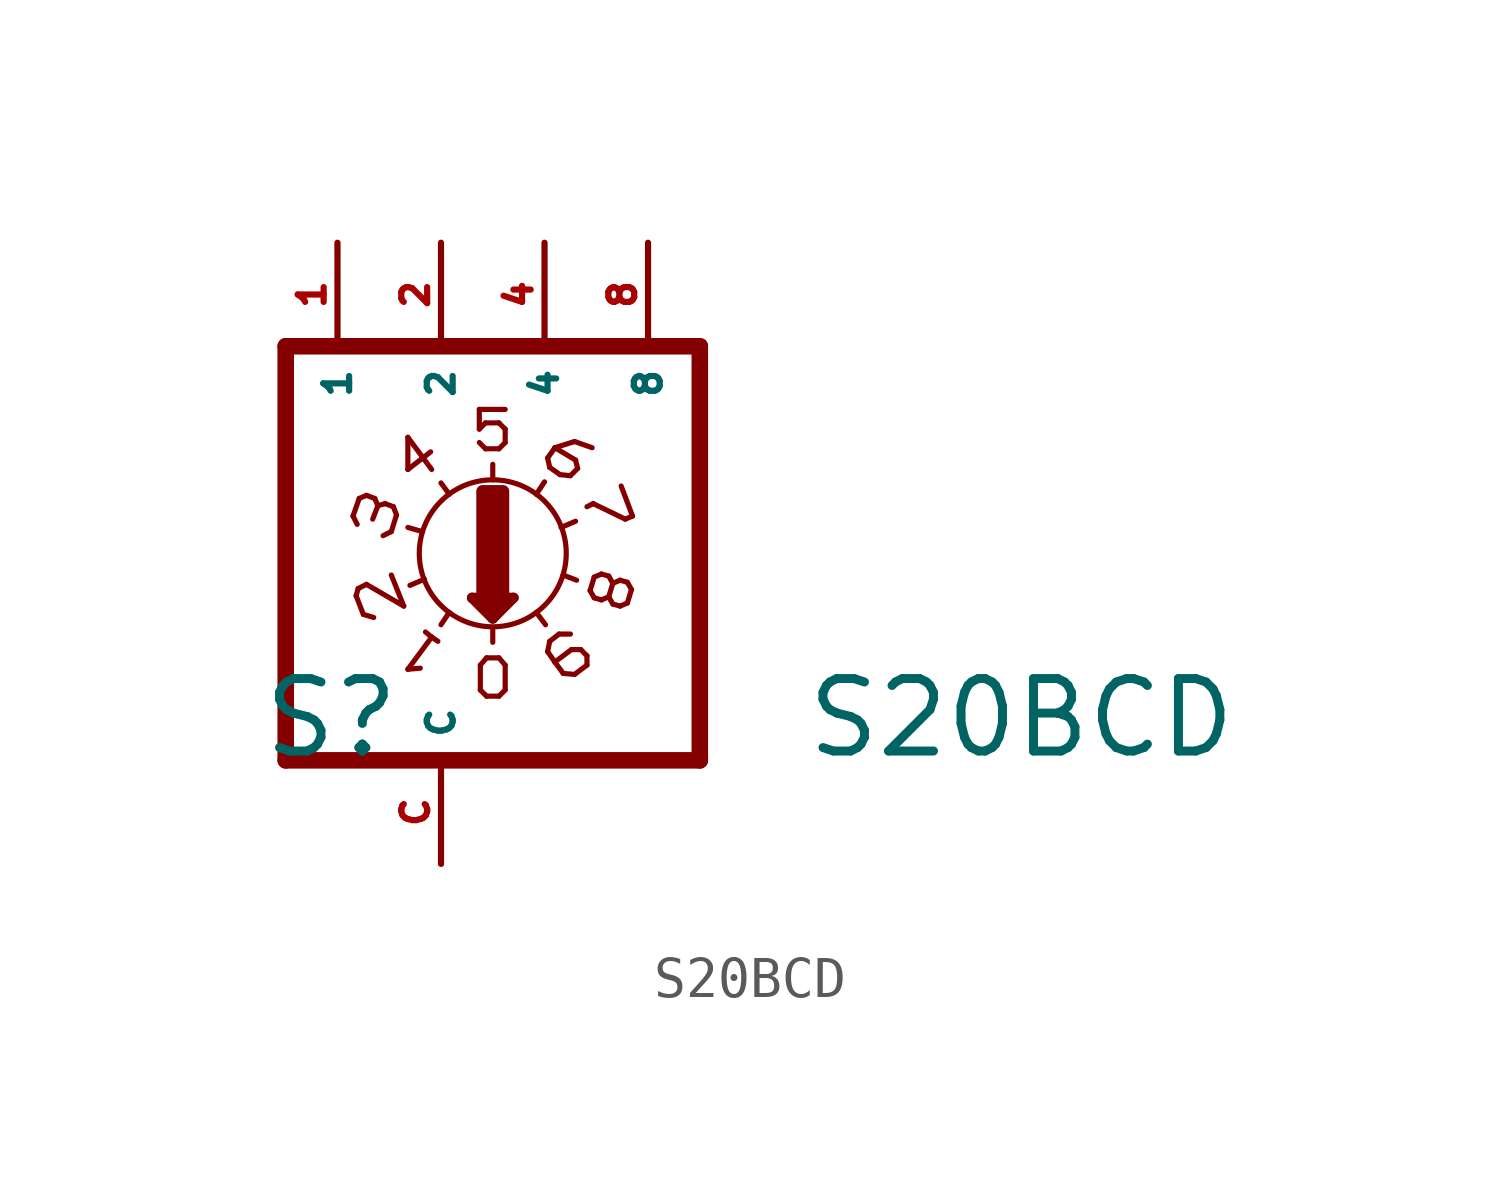
<source format=kicad_sym>
(kicad_symbol_lib
  (version 20220914)
  (generator Eagle2Kicad)
  (symbol "S20BCD"
    (property "Reference" "S"
      (at -4.445 -5.08 0)
      (effects (font (size 1.778 1.778) (thickness 0.22)) (justify left bottom)))
    (property "Value" "S20BCD"
      (at 8.89 -5.08 0)
      (effects (font (size 1.778 1.778) (thickness 0.22)) (justify left bottom)))
    (polyline
      (pts (xy 6.35 -5.08) (xy 6.35 5.08))
      (stroke (width 0.406) (type default))
      (fill (type none)))
    (polyline
      (pts (xy 1.27 1.803) (xy 1.27 2.184))
      (stroke (width 0.127) (type default))
      (fill (type none)))
    (polyline
      (pts (xy 0.762 -1.092) (xy 1.27 -1.6))
      (stroke (width 0.254) (type default))
      (fill (type none)))
    (polyline
      (pts (xy 1.27 -1.6) (xy 1.778 -1.092))
      (stroke (width 0.254) (type default))
      (fill (type none)))
    (polyline
      (pts (xy 1.778 -1.092) (xy 0.762 -1.092))
      (stroke (width 0.254) (type default))
      (fill (type none)))
    (polyline
      (pts (xy 1.27 -1.829) (xy 1.27 -2.184))
      (stroke (width 0.127) (type default))
      (fill (type none)))
    (polyline
      (pts (xy 1.016 -1.219) (xy 1.524 -1.219))
      (stroke (width 0.254) (type default))
      (fill (type none)))
    (polyline
      (pts (xy 1.27 -1.473) (xy 1.27 -1.346))
      (stroke (width 0.254) (type default))
      (fill (type none)))
    (polyline
      (pts (xy -3.81 -5.08) (xy -3.81 5.08))
      (stroke (width 0.406) (type default))
      (fill (type none)))
    (polyline
      (pts (xy 1.118 -3.505) (xy 1.422 -3.505))
      (stroke (width 0.127) (type default))
      (fill (type none)))
    (polyline
      (pts (xy 1.422 -3.505) (xy 1.575 -3.353))
      (stroke (width 0.127) (type default))
      (fill (type none)))
    (polyline
      (pts (xy 1.575 -3.353) (xy 1.575 -2.743))
      (stroke (width 0.127) (type default))
      (fill (type none)))
    (polyline
      (pts (xy 1.575 -2.743) (xy 1.422 -2.565))
      (stroke (width 0.127) (type default))
      (fill (type none)))
    (polyline
      (pts (xy 1.422 -2.565) (xy 1.118 -2.565))
      (stroke (width 0.127) (type default))
      (fill (type none)))
    (polyline
      (pts (xy 1.118 -2.565) (xy 0.965 -2.743))
      (stroke (width 0.127) (type default))
      (fill (type none)))
    (polyline
      (pts (xy 0.965 -2.743) (xy 0.965 -3.353))
      (stroke (width 0.127) (type default))
      (fill (type none)))
    (polyline
      (pts (xy 0.965 -3.353) (xy 1.118 -3.505))
      (stroke (width 0.127) (type default))
      (fill (type none)))
    (polyline
      (pts (xy 0.94 2.718) (xy 1.092 2.565))
      (stroke (width 0.127) (type default))
      (fill (type none)))
    (polyline
      (pts (xy 1.092 2.565) (xy 1.422 2.565))
      (stroke (width 0.127) (type default))
      (fill (type none)))
    (polyline
      (pts (xy 1.422 2.565) (xy 1.575 2.718))
      (stroke (width 0.127) (type default))
      (fill (type none)))
    (polyline
      (pts (xy 1.575 3.048) (xy 1.575 2.718))
      (stroke (width 0.127) (type default))
      (fill (type none)))
    (polyline
      (pts (xy 1.575 3.048) (xy 1.422 3.2))
      (stroke (width 0.127) (type default))
      (fill (type none)))
    (polyline
      (pts (xy 1.422 3.2) (xy 1.092 3.2))
      (stroke (width 0.127) (type default))
      (fill (type none)))
    (polyline
      (pts (xy 1.092 3.2) (xy 0.94 3.048))
      (stroke (width 0.127) (type default))
      (fill (type none)))
    (polyline
      (pts (xy 0.94 3.048) (xy 0.94 3.531))
      (stroke (width 0.127) (type default))
      (fill (type none)))
    (polyline
      (pts (xy 1.575 3.531) (xy 0.94 3.531))
      (stroke (width 0.127) (type default))
      (fill (type none)))
    (polyline
      (pts (xy -0.381 -1.93) (xy -0.229 -2.057))
      (stroke (width 0.127) (type default))
      (fill (type none)))
    (polyline
      (pts (xy 0.203 -1.448) (xy 0 -1.753))
      (stroke (width 0.127) (type default))
      (fill (type none)))
    (polyline
      (pts (xy -0.229 -2.057) (xy -0.813 -2.845))
      (stroke (width 0.127) (type default))
      (fill (type none)))
    (polyline
      (pts (xy -0.229 -2.057) (xy -0.076 -2.159))
      (stroke (width 0.127) (type default))
      (fill (type none)))
    (polyline
      (pts (xy -0.813 -2.845) (xy -0.508 -2.819))
      (stroke (width 0.127) (type default))
      (fill (type none)))
    (polyline
      (pts (xy -1.219 -0.533) (xy -0.914 -1.295))
      (stroke (width 0.127) (type default))
      (fill (type none)))
    (polyline
      (pts (xy -0.914 -1.295) (xy -1.829 -0.762))
      (stroke (width 0.127) (type default))
      (fill (type none)))
    (polyline
      (pts (xy -1.829 -0.762) (xy -2.032 -0.864))
      (stroke (width 0.127) (type default))
      (fill (type none)))
    (polyline
      (pts (xy -2.032 -0.864) (xy -2.083 -1.041))
      (stroke (width 0.127) (type default))
      (fill (type none)))
    (polyline
      (pts (xy -2.083 -1.041) (xy -1.905 -1.499))
      (stroke (width 0.127) (type default))
      (fill (type none)))
    (polyline
      (pts (xy -1.905 -1.499) (xy -1.651 -1.575))
      (stroke (width 0.127) (type default))
      (fill (type none)))
    (polyline
      (pts (xy -0.406 -0.635) (xy -0.762 -0.787))
      (stroke (width 0.127) (type default))
      (fill (type none)))
    (polyline
      (pts (xy -0.457 0.533) (xy -0.813 0.635))
      (stroke (width 0.127) (type default))
      (fill (type none)))
    (polyline
      (pts (xy -1.219 0.533) (xy -1.092 0.94))
      (stroke (width 0.127) (type default))
      (fill (type none)))
    (polyline
      (pts (xy -1.092 0.94) (xy -1.168 1.143))
      (stroke (width 0.127) (type default))
      (fill (type none)))
    (polyline
      (pts (xy -1.168 1.143) (xy -1.372 1.219))
      (stroke (width 0.127) (type default))
      (fill (type none)))
    (polyline
      (pts (xy -1.549 1.168) (xy -1.626 1.346))
      (stroke (width 0.127) (type default))
      (fill (type none)))
    (polyline
      (pts (xy -1.549 1.168) (xy -1.676 0.838))
      (stroke (width 0.127) (type default))
      (fill (type none)))
    (polyline
      (pts (xy -1.626 1.346) (xy -1.829 1.422))
      (stroke (width 0.127) (type default))
      (fill (type none)))
    (polyline
      (pts (xy -1.829 1.422) (xy -2.007 1.346))
      (stroke (width 0.127) (type default))
      (fill (type none)))
    (polyline
      (pts (xy -2.007 1.346) (xy -2.159 0.914))
      (stroke (width 0.127) (type default))
      (fill (type none)))
    (polyline
      (pts (xy -2.159 0.914) (xy -2.057 0.711))
      (stroke (width 0.127) (type default))
      (fill (type none)))
    (polyline
      (pts (xy -1.219 0.533) (xy -1.422 0.432))
      (stroke (width 0.127) (type default))
      (fill (type none)))
    (polyline
      (pts (xy -1.372 1.219) (xy -1.549 1.168))
      (stroke (width 0.127) (type default))
      (fill (type none)))
    (polyline
      (pts (xy -0.813 2.845) (xy -0.813 2.057))
      (stroke (width 0.127) (type default))
      (fill (type none)))
    (polyline
      (pts (xy -0.813 2.057) (xy -0.254 2.489))
      (stroke (width 0.127) (type default))
      (fill (type none)))
    (polyline
      (pts (xy -0.813 2.845) (xy -0.229 2.057))
      (stroke (width 0.127) (type default))
      (fill (type none)))
    (polyline
      (pts (xy 0.203 1.448) (xy 0 1.727))
      (stroke (width 0.127) (type default))
      (fill (type none)))
    (polyline
      (pts (xy 2.337 1.448) (xy 2.54 1.753))
      (stroke (width 0.127) (type default))
      (fill (type none)))
    (polyline
      (pts (xy 2.946 0.635) (xy 3.302 0.787))
      (stroke (width 0.127) (type default))
      (fill (type none)))
    (polyline
      (pts (xy 2.667 2.108) (xy 2.921 1.93))
      (stroke (width 0.127) (type default))
      (fill (type none)))
    (polyline
      (pts (xy 2.921 1.93) (xy 3.175 1.905))
      (stroke (width 0.127) (type default))
      (fill (type none)))
    (polyline
      (pts (xy 3.175 1.905) (xy 3.353 2.083))
      (stroke (width 0.127) (type default))
      (fill (type none)))
    (polyline
      (pts (xy 3.353 2.083) (xy 3.302 2.286))
      (stroke (width 0.127) (type default))
      (fill (type none)))
    (polyline
      (pts (xy 3.302 2.286) (xy 2.794 2.591))
      (stroke (width 0.127) (type default))
      (fill (type none)))
    (polyline
      (pts (xy 2.794 2.591) (xy 3.277 2.743))
      (stroke (width 0.127) (type default))
      (fill (type none)))
    (polyline
      (pts (xy 3.277 2.743) (xy 3.708 2.591))
      (stroke (width 0.127) (type default))
      (fill (type none)))
    (polyline
      (pts (xy 2.667 2.108) (xy 2.616 2.337))
      (stroke (width 0.127) (type default))
      (fill (type none)))
    (polyline
      (pts (xy 2.616 2.337) (xy 2.794 2.591))
      (stroke (width 0.127) (type default))
      (fill (type none)))
    (polyline
      (pts (xy 4.42 1.651) (xy 4.699 0.914))
      (stroke (width 0.127) (type default))
      (fill (type none)))
    (polyline
      (pts (xy 4.699 0.914) (xy 4.521 0.838))
      (stroke (width 0.127) (type default))
      (fill (type none)))
    (polyline
      (pts (xy 4.521 0.838) (xy 3.734 1.219))
      (stroke (width 0.127) (type default))
      (fill (type none)))
    (polyline
      (pts (xy 3.734 1.219) (xy 3.581 1.143))
      (stroke (width 0.127) (type default))
      (fill (type none)))
    (polyline
      (pts (xy 4.216 -0.737) (xy 4.115 -0.559))
      (stroke (width 0.127) (type default))
      (fill (type none)))
    (polyline
      (pts (xy 4.115 -0.559) (xy 3.937 -0.508))
      (stroke (width 0.127) (type default))
      (fill (type none)))
    (polyline
      (pts (xy 3.937 -0.508) (xy 3.759 -0.584))
      (stroke (width 0.127) (type default))
      (fill (type none)))
    (polyline
      (pts (xy 4.115 -1.067) (xy 4.216 -0.737))
      (stroke (width 0.127) (type default))
      (fill (type none)))
    (polyline
      (pts (xy 3.759 -0.584) (xy 3.658 -0.914))
      (stroke (width 0.127) (type default))
      (fill (type none)))
    (polyline
      (pts (xy 3.658 -0.914) (xy 3.759 -1.092))
      (stroke (width 0.127) (type default))
      (fill (type none)))
    (polyline
      (pts (xy 3.759 -1.092) (xy 3.937 -1.143))
      (stroke (width 0.127) (type default))
      (fill (type none)))
    (polyline
      (pts (xy 3.937 -1.143) (xy 4.115 -1.067))
      (stroke (width 0.127) (type default))
      (fill (type none)))
    (polyline
      (pts (xy 4.674 -0.889) (xy 4.572 -0.711))
      (stroke (width 0.127) (type default))
      (fill (type none)))
    (polyline
      (pts (xy 4.572 -0.711) (xy 4.394 -0.66))
      (stroke (width 0.127) (type default))
      (fill (type none)))
    (polyline
      (pts (xy 4.394 -0.66) (xy 4.216 -0.737))
      (stroke (width 0.127) (type default))
      (fill (type none)))
    (polyline
      (pts (xy 4.572 -1.219) (xy 4.674 -0.889))
      (stroke (width 0.127) (type default))
      (fill (type none)))
    (polyline
      (pts (xy 4.115 -1.067) (xy 4.216 -1.245))
      (stroke (width 0.127) (type default))
      (fill (type none)))
    (polyline
      (pts (xy 4.216 -1.245) (xy 4.394 -1.295))
      (stroke (width 0.127) (type default))
      (fill (type none)))
    (polyline
      (pts (xy 4.394 -1.295) (xy 4.572 -1.219))
      (stroke (width 0.127) (type default))
      (fill (type none)))
    (polyline
      (pts (xy 2.667 -2.159) (xy 2.896 -1.981))
      (stroke (width 0.127) (type default))
      (fill (type none)))
    (polyline
      (pts (xy 2.896 -1.981) (xy 3.175 -1.981))
      (stroke (width 0.127) (type default))
      (fill (type none)))
    (polyline
      (pts (xy 2.667 -2.159) (xy 2.616 -2.413))
      (stroke (width 0.127) (type default))
      (fill (type none)))
    (polyline
      (pts (xy 2.616 -2.413) (xy 2.794 -2.667))
      (stroke (width 0.127) (type default))
      (fill (type none)))
    (polyline
      (pts (xy 2.997 -2.946) (xy 3.277 -2.972))
      (stroke (width 0.127) (type default))
      (fill (type none)))
    (polyline
      (pts (xy 3.277 -2.972) (xy 3.581 -2.743))
      (stroke (width 0.127) (type default))
      (fill (type none)))
    (polyline
      (pts (xy 3.581 -2.743) (xy 3.581 -2.515))
      (stroke (width 0.127) (type default))
      (fill (type none)))
    (polyline
      (pts (xy 3.581 -2.515) (xy 3.429 -2.362))
      (stroke (width 0.127) (type default))
      (fill (type none)))
    (polyline
      (pts (xy 3.429 -2.362) (xy 3.2 -2.362))
      (stroke (width 0.127) (type default))
      (fill (type none)))
    (polyline
      (pts (xy 3.2 -2.362) (xy 2.794 -2.667))
      (stroke (width 0.127) (type default))
      (fill (type none)))
    (polyline
      (pts (xy 2.794 -2.667) (xy 2.997 -2.946))
      (stroke (width 0.127) (type default))
      (fill (type none)))
    (polyline
      (pts (xy 2.997 -0.533) (xy 3.327 -0.66))
      (stroke (width 0.127) (type default))
      (fill (type none)))
    (polyline
      (pts (xy 2.337 -1.448) (xy 2.565 -1.753))
      (stroke (width 0.127) (type default))
      (fill (type none)))
    (polyline
      (pts (xy -3.81 -5.08) (xy 6.35 -5.08))
      (stroke (width 0.406) (type default))
      (fill (type none)))
    (polyline
      (pts (xy 6.35 5.08) (xy -3.81 5.08))
      (stroke (width 0.406) (type default))
      (fill (type none)))
    (circle
      (center 1.27 0)
      (radius 1.803)
      (stroke (width 0.127) (type default))
      (fill (type none)))
    (rectangle
      (start 1.016 -1.016)
      (end 1.524 1.524)
      (stroke (width 0.3) (type default))
      (fill (type outline)))
    (pin passive line
      (at 5.08 7.62 270)
      (length 2.54)
      (name "8" (effects (font (size 0.635 0.635) (thickness 0.08)) (justify left bottom)))
      (number "8" (effects (font (size 0.635 0.635) (thickness 0.08)) (justify left bottom))))
    (pin passive line
      (at 2.54 7.62 270)
      (length 2.54)
      (name "4" (effects (font (size 0.635 0.635) (thickness 0.08)) (justify left bottom)))
      (number "4" (effects (font (size 0.635 0.635) (thickness 0.08)) (justify left bottom))))
    (pin passive line
      (at 0 7.62 270)
      (length 2.54)
      (name "2" (effects (font (size 0.635 0.635) (thickness 0.08)) (justify left bottom)))
      (number "2" (effects (font (size 0.635 0.635) (thickness 0.08)) (justify left bottom))))
    (pin passive line
      (at -2.54 7.62 270)
      (length 2.54)
      (name "1" (effects (font (size 0.635 0.635) (thickness 0.08)) (justify left bottom)))
      (number "1" (effects (font (size 0.635 0.635) (thickness 0.08)) (justify left bottom))))
    (pin passive line
      (at 0 -7.62 90)
      (length 2.54)
      (name "C" (effects (font (size 0.635 0.635) (thickness 0.08)) (justify left bottom)))
      (number "C" (effects (font (size 0.635 0.635) (thickness 0.08)) (justify left bottom))))))
</source>
